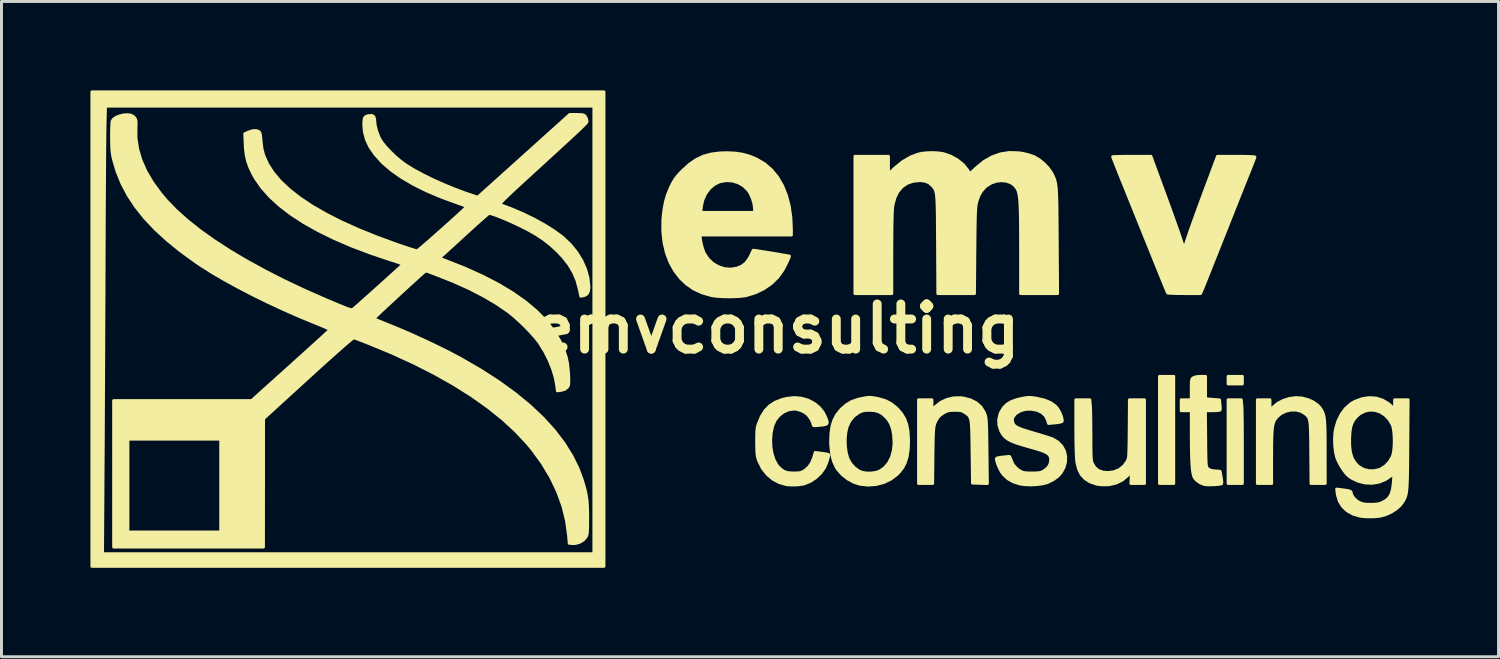
<source format=kicad_pcb>
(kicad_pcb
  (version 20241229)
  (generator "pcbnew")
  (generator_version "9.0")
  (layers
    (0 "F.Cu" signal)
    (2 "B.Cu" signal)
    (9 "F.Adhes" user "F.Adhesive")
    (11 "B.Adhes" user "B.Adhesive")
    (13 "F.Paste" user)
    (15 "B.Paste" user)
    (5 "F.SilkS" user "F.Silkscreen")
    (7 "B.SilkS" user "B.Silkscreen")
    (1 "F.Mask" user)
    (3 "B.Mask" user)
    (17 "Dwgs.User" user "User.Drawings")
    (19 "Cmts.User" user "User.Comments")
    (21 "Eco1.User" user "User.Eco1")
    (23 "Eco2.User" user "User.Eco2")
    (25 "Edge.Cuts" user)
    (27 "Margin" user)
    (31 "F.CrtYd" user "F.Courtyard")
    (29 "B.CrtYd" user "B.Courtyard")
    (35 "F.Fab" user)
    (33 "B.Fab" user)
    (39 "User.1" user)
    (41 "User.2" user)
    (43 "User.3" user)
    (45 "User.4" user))
  (footprint "emvconsulting"
    (layer "F.Cu")
    (at 23.164 8.037)
    (property "Reference" "emvconsulting" (at 0 0 0) (layer "F.SilkS") (effects (font (size 1.524 1.524) (thickness 0.3))))
    (attr through_hole)
    (fp_poly (pts (xy 13.377 5.221) (xy 13.137 5.221) (xy 12.898 5.221) (xy 12.898 3.415) (xy 12.898 1.609) (xy 13.137 1.609) (xy 13.377 1.609) (xy 13.377 3.415) (xy 13.377 5.221)) (stroke (width 0.1) (type solid)) (fill yes) (layer "F.SilkS"))
    (fp_poly (pts (xy 15.692 1.863) (xy 15.452 1.863) (xy 15.212 1.863) (xy 15.212 1.736) (xy 15.212 1.609) (xy 15.452 1.609) (xy 15.692 1.609) (xy 15.692 1.736) (xy 15.692 1.863)) (stroke (width 0.1) (type solid)) (fill yes) (layer "F.SilkS"))
    (fp_poly (pts (xy 15.692 5.221) (xy 15.452 5.221) (xy 15.212 5.221) (xy 15.212 3.81) (xy 15.212 2.399) (xy 15.434 2.399) (xy 15.655 2.399) (xy 15.673 2.572) (xy 15.677 2.637) (xy 15.681 2.752) (xy 15.684 2.909) (xy 15.687 3.102) (xy 15.689 3.325) (xy 15.691 3.57) (xy 15.691 3.83) (xy 15.692 3.983) (xy 15.692 5.221)) (stroke (width 0.1) (type solid)) (fill yes) (layer "F.SilkS"))
    (fp_poly (pts (xy -5.842 8.015) (xy -6.181 8.015) (xy -6.181 7.592) (xy -6.181 0.042) (xy -6.181 -7.507) (xy -14.418 -7.507) (xy -22.656 -7.507) (xy -22.673 -6.823) (xy -22.675 -6.712) (xy -22.677 -6.549) (xy -22.679 -6.337) (xy -22.682 -6.081) (xy -22.684 -5.784) (xy -22.687 -5.45) (xy -22.689 -5.083) (xy -22.692 -4.687) (xy -22.694 -4.267) (xy -22.697 -3.825) (xy -22.699 -3.365) (xy -22.701 -2.893) (xy -22.703 -2.411) (xy -22.704 -2.117) (xy -22.706 -1.58) (xy -22.708 -1.019) (xy -22.711 -0.439) (xy -22.714 0.153) (xy -22.716 0.749) (xy -22.719 1.343) (xy -22.722 1.927) (xy -22.725 2.495) (xy -22.728 3.04) (xy -22.73 3.554) (xy -22.733 4.031) (xy -22.736 4.463) (xy -22.738 4.748) (xy -22.756 7.592) (xy -14.468 7.592) (xy -6.181 7.592) (xy -6.181 8.015) (xy -14.478 8.015) (xy -23.114 8.015) (xy -23.114 0.014) (xy -23.114 -7.987) (xy -14.478 -7.987) (xy -5.842 -7.987) (xy -5.842 0.014) (xy -5.842 8.015)) (stroke (width 0.1) (type solid)) (fill yes) (layer "F.SilkS"))
    (fp_poly (pts (xy 18.486 5.221) (xy 18.247 5.221) (xy 18.009 5.221) (xy 18 4.17) (xy 17.998 3.886) (xy 17.995 3.652) (xy 17.991 3.463) (xy 17.985 3.314) (xy 17.977 3.197) (xy 17.964 3.109) (xy 17.947 3.042) (xy 17.924 2.991) (xy 17.896 2.95) (xy 17.86 2.913) (xy 17.816 2.875) (xy 17.808 2.869) (xy 17.668 2.785) (xy 17.503 2.744) (xy 17.328 2.744) (xy 17.154 2.784) (xy 16.994 2.863) (xy 16.894 2.945) (xy 16.84 3.002) (xy 16.796 3.059) (xy 16.761 3.123) (xy 16.734 3.2) (xy 16.713 3.295) (xy 16.699 3.415) (xy 16.689 3.567) (xy 16.683 3.755) (xy 16.68 3.987) (xy 16.679 4.268) (xy 16.679 4.313) (xy 16.679 5.221) (xy 16.439 5.221) (xy 16.2 5.221) (xy 16.2 3.81) (xy 16.2 2.399) (xy 16.411 2.399) (xy 16.623 2.399) (xy 16.623 2.582) (xy 16.623 2.766) (xy 16.721 2.657) (xy 16.876 2.524) (xy 17.067 2.422) (xy 17.28 2.354) (xy 17.501 2.326) (xy 17.703 2.339) (xy 17.909 2.394) (xy 18.092 2.478) (xy 18.239 2.585) (xy 18.314 2.668) (xy 18.355 2.728) (xy 18.389 2.786) (xy 18.416 2.849) (xy 18.438 2.922) (xy 18.455 3.012) (xy 18.467 3.124) (xy 18.475 3.264) (xy 18.481 3.438) (xy 18.484 3.651) (xy 18.485 3.911) (xy 18.485 4.156) (xy 18.486 5.221)) (stroke (width 0.1) (type solid)) (fill yes) (layer "F.SilkS"))
    (fp_poly (pts (xy 7.09 5.223) (xy 6.84 5.215) (xy 6.59 5.207) (xy 6.576 4.149) (xy 6.572 3.862) (xy 6.568 3.626) (xy 6.563 3.435) (xy 6.556 3.283) (xy 6.545 3.165) (xy 6.531 3.075) (xy 6.511 3.007) (xy 6.485 2.956) (xy 6.452 2.915) (xy 6.41 2.88) (xy 6.359 2.844) (xy 6.337 2.829) (xy 6.271 2.789) (xy 6.208 2.766) (xy 6.129 2.755) (xy 6.015 2.752) (xy 5.997 2.752) (xy 5.873 2.755) (xy 5.783 2.766) (xy 5.706 2.792) (xy 5.627 2.832) (xy 5.502 2.915) (xy 5.412 3.012) (xy 5.342 3.141) (xy 5.317 3.205) (xy 5.303 3.25) (xy 5.291 3.303) (xy 5.282 3.37) (xy 5.275 3.458) (xy 5.269 3.574) (xy 5.264 3.723) (xy 5.26 3.913) (xy 5.257 4.15) (xy 5.255 4.283) (xy 5.245 5.221) (xy 5.007 5.221) (xy 4.77 5.221) (xy 4.77 3.81) (xy 4.77 2.399) (xy 4.995 2.399) (xy 5.221 2.399) (xy 5.221 2.573) (xy 5.221 2.746) (xy 5.341 2.626) (xy 5.517 2.487) (xy 5.724 2.389) (xy 5.952 2.335) (xy 6.188 2.329) (xy 6.286 2.341) (xy 6.523 2.403) (xy 6.718 2.502) (xy 6.871 2.638) (xy 6.982 2.812) (xy 7.015 2.893) (xy 7.028 2.935) (xy 7.039 2.985) (xy 7.048 3.049) (xy 7.055 3.133) (xy 7.061 3.242) (xy 7.066 3.383) (xy 7.07 3.562) (xy 7.073 3.784) (xy 7.077 4.054) (xy 7.078 4.129) (xy 7.09 5.223)) (stroke (width 0.1) (type solid)) (fill yes) (layer "F.SilkS"))
    (fp_poly (pts (xy 14.997 5.187) (xy 14.991 5.228) (xy 14.99 5.228) (xy 14.949 5.242) (xy 14.868 5.253) (xy 14.761 5.261) (xy 14.644 5.265) (xy 14.533 5.265) (xy 14.443 5.259) (xy 14.403 5.253) (xy 14.267 5.197) (xy 14.148 5.113) (xy 14.073 5.023) (xy 14.047 4.962) (xy 14.025 4.873) (xy 14.007 4.752) (xy 13.994 4.595) (xy 13.983 4.397) (xy 13.976 4.155) (xy 13.972 3.864) (xy 13.971 3.577) (xy 13.97 2.766) (xy 13.801 2.766) (xy 13.631 2.766) (xy 13.631 2.582) (xy 13.631 2.399) (xy 13.801 2.399) (xy 13.97 2.399) (xy 13.97 2.049) (xy 13.97 1.903) (xy 13.973 1.803) (xy 13.98 1.739) (xy 13.992 1.699) (xy 14.012 1.674) (xy 14.04 1.654) (xy 14.127 1.622) (xy 14.257 1.609) (xy 14.279 1.609) (xy 14.45 1.609) (xy 14.45 1.986) (xy 14.45 2.364) (xy 14.686 2.384) (xy 14.922 2.403) (xy 14.938 2.561) (xy 14.945 2.652) (xy 14.945 2.719) (xy 14.94 2.743) (xy 14.908 2.753) (xy 14.832 2.761) (xy 14.729 2.765) (xy 14.686 2.766) (xy 14.445 2.766) (xy 14.455 3.71) (xy 14.457 3.966) (xy 14.46 4.171) (xy 14.462 4.332) (xy 14.466 4.455) (xy 14.471 4.545) (xy 14.477 4.608) (xy 14.486 4.652) (xy 14.497 4.681) (xy 14.511 4.702) (xy 14.528 4.719) (xy 14.587 4.761) (xy 14.671 4.786) (xy 14.767 4.798) (xy 14.941 4.812) (xy 14.977 5.009) (xy 14.992 5.109) (xy 14.997 5.187)) (stroke (width 0.1) (type solid)) (fill yes) (layer "F.SilkS"))
    (fp_poly (pts (xy 12.39 5.221) (xy 12.161 5.221) (xy 11.933 5.221) (xy 11.943 5.023) (xy 11.947 4.926) (xy 11.948 4.856) (xy 11.946 4.826) (xy 11.946 4.826) (xy 11.925 4.845) (xy 11.877 4.894) (xy 11.822 4.953) (xy 11.648 5.101) (xy 11.444 5.203) (xy 11.214 5.258) (xy 11.129 5.265) (xy 10.985 5.266) (xy 10.849 5.255) (xy 10.767 5.24) (xy 10.554 5.164) (xy 10.386 5.058) (xy 10.258 4.918) (xy 10.169 4.738) (xy 10.113 4.516) (xy 10.105 4.456) (xy 10.098 4.369) (xy 10.091 4.234) (xy 10.085 4.062) (xy 10.08 3.86) (xy 10.077 3.638) (xy 10.075 3.406) (xy 10.075 3.31) (xy 10.075 2.399) (xy 10.311 2.399) (xy 10.547 2.399) (xy 10.565 2.589) (xy 10.57 2.667) (xy 10.574 2.793) (xy 10.578 2.956) (xy 10.58 3.147) (xy 10.582 3.358) (xy 10.583 3.579) (xy 10.583 3.606) (xy 10.584 3.855) (xy 10.585 4.053) (xy 10.588 4.209) (xy 10.593 4.326) (xy 10.6 4.414) (xy 10.609 4.477) (xy 10.621 4.522) (xy 10.627 4.537) (xy 10.712 4.681) (xy 10.828 4.78) (xy 10.98 4.837) (xy 11.154 4.854) (xy 11.361 4.828) (xy 11.542 4.753) (xy 11.693 4.632) (xy 11.807 4.473) (xy 11.823 4.441) (xy 11.836 4.407) (xy 11.846 4.364) (xy 11.855 4.307) (xy 11.861 4.23) (xy 11.865 4.125) (xy 11.869 3.988) (xy 11.872 3.811) (xy 11.874 3.589) (xy 11.876 3.38) (xy 11.884 2.399) (xy 12.137 2.399) (xy 12.39 2.399) (xy 12.39 3.81) (xy 12.39 5.221)) (stroke (width 0.1) (type solid)) (fill yes) (layer "F.SilkS"))
    (fp_poly (pts (xy 4.431 3.797) (xy 4.42 4.079) (xy 4.384 4.318) (xy 4.321 4.522) (xy 4.228 4.699) (xy 4.101 4.858) (xy 4.037 4.921) (xy 3.946 4.989) (xy 3.946 3.861) (xy 3.93 3.59) (xy 3.927 3.562) (xy 3.887 3.361) (xy 3.827 3.2) (xy 3.742 3.062) (xy 3.673 2.982) (xy 3.55 2.87) (xy 3.425 2.799) (xy 3.283 2.762) (xy 3.119 2.752) (xy 2.995 2.755) (xy 2.907 2.766) (xy 2.83 2.791) (xy 2.743 2.834) (xy 2.74 2.836) (xy 2.578 2.957) (xy 2.448 3.118) (xy 2.359 3.309) (xy 2.359 3.31) (xy 2.314 3.509) (xy 2.294 3.731) (xy 2.3 3.961) (xy 2.329 4.179) (xy 2.382 4.37) (xy 2.406 4.425) (xy 2.493 4.567) (xy 2.611 4.694) (xy 2.744 4.793) (xy 2.846 4.84) (xy 2.997 4.869) (xy 3.166 4.872) (xy 3.329 4.849) (xy 3.461 4.803) (xy 3.626 4.688) (xy 3.759 4.531) (xy 3.858 4.337) (xy 3.921 4.111) (xy 3.946 3.861) (xy 3.946 4.989) (xy 3.832 5.075) (xy 3.596 5.187) (xy 3.338 5.255) (xy 3.068 5.275) (xy 2.799 5.247) (xy 2.588 5.18) (xy 2.382 5.068) (xy 2.196 4.92) (xy 2.042 4.748) (xy 1.99 4.668) (xy 1.897 4.462) (xy 1.837 4.214) (xy 1.809 3.922) (xy 1.806 3.795) (xy 1.817 3.518) (xy 1.852 3.284) (xy 1.915 3.084) (xy 2.007 2.908) (xy 2.133 2.747) (xy 2.173 2.706) (xy 2.34 2.561) (xy 2.518 2.457) (xy 2.724 2.384) (xy 2.83 2.359) (xy 2.967 2.332) (xy 3.072 2.319) (xy 3.166 2.319) (xy 3.271 2.332) (xy 3.409 2.359) (xy 3.639 2.424) (xy 3.836 2.523) (xy 4.015 2.664) (xy 4.055 2.703) (xy 4.194 2.863) (xy 4.298 3.035) (xy 4.37 3.229) (xy 4.413 3.454) (xy 4.43 3.719) (xy 4.431 3.797)) (stroke (width 0.1) (type solid)) (fill yes) (layer "F.SilkS"))
    (fp_poly (pts (xy 1.742 4.267) (xy 1.739 4.285) (xy 1.725 4.337) (xy 1.701 4.422) (xy 1.681 4.493) (xy 1.6 4.686) (xy 1.473 4.866) (xy 1.311 5.022) (xy 1.124 5.147) (xy 0.923 5.229) (xy 0.858 5.245) (xy 0.699 5.266) (xy 0.522 5.273) (xy 0.358 5.265) (xy 0.31 5.258) (xy 0.071 5.19) (xy -0.146 5.073) (xy -0.337 4.911) (xy -0.495 4.71) (xy -0.615 4.473) (xy -0.625 4.445) (xy -0.65 4.372) (xy -0.667 4.3) (xy -0.678 4.216) (xy -0.685 4.109) (xy -0.688 3.966) (xy -0.69 3.824) (xy -0.689 3.64) (xy -0.686 3.502) (xy -0.678 3.396) (xy -0.665 3.313) (xy -0.646 3.24) (xy -0.638 3.217) (xy -0.533 2.965) (xy -0.406 2.762) (xy -0.251 2.602) (xy -0.062 2.48) (xy 0.167 2.391) (xy 0.335 2.35) (xy 0.581 2.324) (xy 0.82 2.346) (xy 1.045 2.411) (xy 1.248 2.517) (xy 1.422 2.658) (xy 1.559 2.832) (xy 1.634 2.984) (xy 1.674 3.091) (xy 1.69 3.162) (xy 1.676 3.207) (xy 1.626 3.233) (xy 1.531 3.249) (xy 1.414 3.261) (xy 1.309 3.27) (xy 1.249 3.27) (xy 1.221 3.259) (xy 1.214 3.235) (xy 1.214 3.234) (xy 1.195 3.16) (xy 1.148 3.063) (xy 1.081 2.963) (xy 1.015 2.886) (xy 0.917 2.814) (xy 0.787 2.754) (xy 0.649 2.717) (xy 0.566 2.709) (xy 0.382 2.737) (xy 0.209 2.813) (xy 0.057 2.932) (xy -0.065 3.086) (xy -0.147 3.267) (xy -0.152 3.283) (xy -0.202 3.518) (xy -0.22 3.76) (xy -0.209 4) (xy -0.169 4.226) (xy -0.103 4.427) (xy -0.013 4.595) (xy 0.059 4.68) (xy 0.158 4.768) (xy 0.25 4.824) (xy 0.352 4.855) (xy 0.483 4.867) (xy 0.564 4.868) (xy 0.686 4.866) (xy 0.77 4.858) (xy 0.834 4.839) (xy 0.896 4.806) (xy 0.931 4.783) (xy 1.063 4.671) (xy 1.16 4.532) (xy 1.232 4.354) (xy 1.236 4.339) (xy 1.284 4.176) (xy 1.411 4.192) (xy 1.554 4.211) (xy 1.65 4.225) (xy 1.707 4.237) (xy 1.735 4.25) (xy 1.742 4.267)) (stroke (width 0.1) (type solid)) (fill yes) (layer "F.SilkS"))
    (fp_poly (pts (xy 16.115 -5.79) (xy 16.105 -5.757) (xy 16.077 -5.681) (xy 16.034 -5.571) (xy 15.981 -5.436) (xy 15.933 -5.317) (xy 15.891 -5.212) (xy 15.83 -5.059) (xy 15.753 -4.866) (xy 15.662 -4.639) (xy 15.56 -4.382) (xy 15.449 -4.103) (xy 15.331 -3.806) (xy 15.209 -3.498) (xy 15.085 -3.185) (xy 15.058 -3.119) (xy 14.939 -2.818) (xy 14.825 -2.531) (xy 14.718 -2.262) (xy 14.62 -2.015) (xy 14.533 -1.797) (xy 14.458 -1.61) (xy 14.398 -1.46) (xy 14.354 -1.352) (xy 14.328 -1.289) (xy 14.323 -1.277) (xy 14.281 -1.185) (xy 13.732 -1.185) (xy 13.562 -1.186) (xy 13.412 -1.189) (xy 13.291 -1.194) (xy 13.207 -1.2) (xy 13.171 -1.206) (xy 13.17 -1.207) (xy 13.156 -1.239) (xy 13.124 -1.314) (xy 13.077 -1.426) (xy 13.021 -1.565) (xy 12.956 -1.723) (xy 12.945 -1.75) (xy 12.906 -1.846) (xy 12.868 -1.941) (xy 12.829 -2.038) (xy 12.787 -2.142) (xy 12.741 -2.255) (xy 12.689 -2.383) (xy 12.631 -2.528) (xy 12.564 -2.694) (xy 12.486 -2.886) (xy 12.397 -3.107) (xy 12.295 -3.361) (xy 12.177 -3.651) (xy 12.044 -3.982) (xy 11.892 -4.358) (xy 11.722 -4.781) (xy 11.701 -4.832) (xy 11.613 -5.05) (xy 11.532 -5.252) (xy 11.461 -5.43) (xy 11.402 -5.58) (xy 11.356 -5.695) (xy 11.327 -5.77) (xy 11.317 -5.799) (xy 11.344 -5.803) (xy 11.419 -5.807) (xy 11.536 -5.81) (xy 11.684 -5.812) (xy 11.858 -5.814) (xy 11.962 -5.814) (xy 12.608 -5.814) (xy 12.652 -5.694) (xy 12.671 -5.641) (xy 12.707 -5.542) (xy 12.758 -5.403) (xy 12.822 -5.23) (xy 12.895 -5.03) (xy 12.977 -4.809) (xy 13.063 -4.574) (xy 13.09 -4.501) (xy 13.181 -4.251) (xy 13.272 -4.001) (xy 13.358 -3.762) (xy 13.437 -3.541) (xy 13.506 -3.347) (xy 13.562 -3.188) (xy 13.601 -3.072) (xy 13.604 -3.062) (xy 13.725 -2.696) (xy 13.871 -3.133) (xy 13.913 -3.258) (xy 13.973 -3.426) (xy 14.046 -3.631) (xy 14.129 -3.862) (xy 14.22 -4.112) (xy 14.316 -4.371) (xy 14.412 -4.631) (xy 14.435 -4.692) (xy 14.854 -5.814) (xy 15.484 -5.814) (xy 15.666 -5.813) (xy 15.827 -5.81) (xy 15.96 -5.806) (xy 16.056 -5.8) (xy 16.108 -5.793) (xy 16.115 -5.79)) (stroke (width 0.1) (type solid)) (fill yes) (layer "F.SilkS"))
    (fp_poly (pts (xy 0.48 -3.161) (xy -0.762 -3.161) (xy -0.762 -3.923) (xy -0.762 -4.047) (xy -0.781 -4.211) (xy -0.832 -4.39) (xy -0.908 -4.559) (xy -0.983 -4.676) (xy -1.131 -4.819) (xy -1.311 -4.923) (xy -1.511 -4.983) (xy -1.72 -4.996) (xy -1.927 -4.959) (xy -1.944 -4.954) (xy -2.123 -4.866) (xy -2.279 -4.732) (xy -2.407 -4.562) (xy -2.501 -4.363) (xy -2.553 -4.144) (xy -2.557 -4.113) (xy -2.576 -3.923) (xy -1.669 -3.923) (xy -0.762 -3.923) (xy -0.762 -3.161) (xy -1.058 -3.161) (xy -2.596 -3.161) (xy -2.596 -3.097) (xy -2.586 -2.996) (xy -2.56 -2.866) (xy -2.524 -2.728) (xy -2.483 -2.605) (xy -2.455 -2.54) (xy -2.331 -2.353) (xy -2.172 -2.202) (xy -1.986 -2.092) (xy -1.782 -2.025) (xy -1.569 -2.007) (xy -1.356 -2.041) (xy -1.353 -2.042) (xy -1.185 -2.113) (xy -1.05 -2.22) (xy -0.94 -2.373) (xy -0.9 -2.45) (xy -0.856 -2.542) (xy -0.823 -2.611) (xy -0.806 -2.645) (xy -0.805 -2.646) (xy -0.778 -2.643) (xy -0.704 -2.633) (xy -0.594 -2.616) (xy -0.459 -2.594) (xy -0.306 -2.57) (xy -0.147 -2.544) (xy 0.01 -2.518) (xy 0.153 -2.493) (xy 0.274 -2.473) (xy 0.363 -2.457) (xy 0.41 -2.447) (xy 0.414 -2.446) (xy 0.407 -2.418) (xy 0.381 -2.353) (xy 0.341 -2.264) (xy 0.293 -2.165) (xy 0.245 -2.069) (xy 0.201 -1.989) (xy 0.192 -1.973) (xy 0.02 -1.735) (xy -0.196 -1.525) (xy -0.449 -1.35) (xy -0.731 -1.213) (xy -1.034 -1.12) (xy -1.058 -1.115) (xy -1.205 -1.094) (xy -1.389 -1.081) (xy -1.595 -1.076) (xy -1.804 -1.079) (xy -2 -1.09) (xy -2.164 -1.11) (xy -2.215 -1.119) (xy -2.53 -1.209) (xy -2.808 -1.337) (xy -3.057 -1.509) (xy -3.251 -1.691) (xy -3.449 -1.944) (xy -3.611 -2.234) (xy -3.734 -2.558) (xy -3.816 -2.909) (xy -3.856 -3.281) (xy -3.853 -3.671) (xy -3.844 -3.787) (xy -3.81 -4.061) (xy -3.764 -4.295) (xy -3.702 -4.509) (xy -3.618 -4.718) (xy -3.567 -4.826) (xy -3.499 -4.955) (xy -3.434 -5.06) (xy -3.357 -5.159) (xy -3.258 -5.267) (xy -3.177 -5.349) (xy -2.952 -5.551) (xy -2.726 -5.706) (xy -2.489 -5.817) (xy -2.231 -5.889) (xy -1.941 -5.926) (xy -1.707 -5.934) (xy -1.43 -5.923) (xy -1.187 -5.889) (xy -0.961 -5.829) (xy -0.733 -5.738) (xy -0.691 -5.719) (xy -0.424 -5.561) (xy -0.189 -5.358) (xy 0.013 -5.113) (xy 0.18 -4.827) (xy 0.311 -4.503) (xy 0.406 -4.144) (xy 0.462 -3.751) (xy 0.479 -3.365) (xy 0.48 -3.161)) (stroke (width 0.1) (type solid)) (fill yes) (layer "F.SilkS"))
    (fp_poly (pts (xy 9.732 4.304) (xy 9.727 4.493) (xy 9.674 4.685) (xy 9.579 4.857) (xy 9.466 4.981) (xy 9.312 5.093) (xy 9.134 5.182) (xy 9.095 5.196) (xy 8.945 5.234) (xy 8.76 5.258) (xy 8.562 5.268) (xy 8.37 5.262) (xy 8.205 5.24) (xy 8.195 5.237) (xy 7.966 5.165) (xy 7.78 5.06) (xy 7.632 4.92) (xy 7.565 4.829) (xy 7.511 4.73) (xy 7.46 4.614) (xy 7.419 4.501) (xy 7.397 4.409) (xy 7.395 4.384) (xy 7.421 4.363) (xy 7.497 4.345) (xy 7.599 4.332) (xy 7.702 4.322) (xy 7.784 4.314) (xy 7.827 4.309) (xy 7.829 4.308) (xy 7.851 4.33) (xy 7.878 4.389) (xy 7.888 4.421) (xy 7.961 4.587) (xy 8.075 4.717) (xy 8.179 4.791) (xy 8.246 4.827) (xy 8.307 4.85) (xy 8.379 4.862) (xy 8.478 4.867) (xy 8.594 4.868) (xy 8.73 4.867) (xy 8.825 4.86) (xy 8.896 4.845) (xy 8.957 4.82) (xy 8.997 4.799) (xy 9.124 4.7) (xy 9.202 4.577) (xy 9.229 4.438) (xy 9.224 4.362) (xy 9.205 4.298) (xy 9.167 4.243) (xy 9.102 4.193) (xy 9.007 4.145) (xy 8.874 4.096) (xy 8.697 4.041) (xy 8.477 3.979) (xy 8.237 3.91) (xy 8.046 3.848) (xy 7.895 3.787) (xy 7.779 3.724) (xy 7.689 3.656) (xy 7.619 3.577) (xy 7.562 3.484) (xy 7.546 3.452) (xy 7.481 3.26) (xy 7.473 3.066) (xy 7.52 2.872) (xy 7.548 2.809) (xy 7.638 2.662) (xy 7.754 2.547) (xy 7.903 2.458) (xy 8.093 2.39) (xy 8.253 2.353) (xy 8.376 2.331) (xy 8.471 2.32) (xy 8.561 2.321) (xy 8.67 2.334) (xy 8.76 2.348) (xy 9.013 2.407) (xy 9.22 2.492) (xy 9.379 2.603) (xy 9.446 2.677) (xy 9.502 2.764) (xy 9.552 2.866) (xy 9.591 2.968) (xy 9.613 3.057) (xy 9.615 3.118) (xy 9.608 3.131) (xy 9.569 3.146) (xy 9.489 3.162) (xy 9.385 3.175) (xy 9.368 3.177) (xy 9.155 3.196) (xy 9.121 3.081) (xy 9.05 2.941) (xy 8.936 2.831) (xy 8.784 2.757) (xy 8.77 2.752) (xy 8.571 2.715) (xy 8.38 2.72) (xy 8.208 2.767) (xy 8.065 2.853) (xy 8.036 2.879) (xy 7.958 2.977) (xy 7.931 3.071) (xy 7.952 3.175) (xy 7.964 3.203) (xy 7.992 3.25) (xy 8.036 3.292) (xy 8.102 3.332) (xy 8.197 3.374) (xy 8.328 3.421) (xy 8.501 3.475) (xy 8.678 3.527) (xy 8.848 3.577) (xy 9.006 3.625) (xy 9.142 3.668) (xy 9.245 3.702) (xy 9.299 3.723) (xy 9.471 3.827) (xy 9.602 3.963) (xy 9.69 4.125) (xy 9.732 4.304)) (stroke (width 0.1) (type solid)) (fill yes) (layer "F.SilkS"))
    (fp_poly (pts (xy 9.459 -1.185) (xy 8.836 -1.185) (xy 8.213 -1.185) (xy 8.213 -2.679) (xy 8.212 -3.054) (xy 8.211 -3.377) (xy 8.208 -3.653) (xy 8.204 -3.886) (xy 8.198 -4.08) (xy 8.19 -4.24) (xy 8.18 -4.371) (xy 8.167 -4.477) (xy 8.151 -4.562) (xy 8.133 -4.631) (xy 8.111 -4.689) (xy 8.097 -4.719) (xy 8.005 -4.84) (xy 7.879 -4.927) (xy 7.727 -4.978) (xy 7.56 -4.993) (xy 7.387 -4.972) (xy 7.218 -4.914) (xy 7.063 -4.819) (xy 7.005 -4.769) (xy 6.895 -4.643) (xy 6.811 -4.501) (xy 6.746 -4.323) (xy 6.727 -4.255) (xy 6.716 -4.208) (xy 6.707 -4.149) (xy 6.699 -4.075) (xy 6.692 -3.981) (xy 6.687 -3.861) (xy 6.682 -3.711) (xy 6.678 -3.525) (xy 6.675 -3.299) (xy 6.672 -3.027) (xy 6.669 -2.705) (xy 6.668 -2.632) (xy 6.656 -1.185) (xy 6.039 -1.185) (xy 5.421 -1.185) (xy 5.412 -2.843) (xy 5.409 -3.205) (xy 5.407 -3.515) (xy 5.405 -3.778) (xy 5.401 -3.997) (xy 5.397 -4.178) (xy 5.39 -4.325) (xy 5.382 -4.443) (xy 5.372 -4.536) (xy 5.358 -4.609) (xy 5.342 -4.665) (xy 5.322 -4.71) (xy 5.298 -4.748) (xy 5.27 -4.784) (xy 5.241 -4.817) (xy 5.134 -4.914) (xy 5.011 -4.971) (xy 4.858 -4.994) (xy 4.802 -4.995) (xy 4.574 -4.971) (xy 4.375 -4.899) (xy 4.207 -4.781) (xy 4.071 -4.619) (xy 3.97 -4.414) (xy 3.906 -4.17) (xy 3.897 -4.111) (xy 3.89 -4.03) (xy 3.883 -3.897) (xy 3.878 -3.718) (xy 3.873 -3.497) (xy 3.87 -3.241) (xy 3.868 -2.953) (xy 3.867 -2.639) (xy 3.866 -2.538) (xy 3.866 -1.185) (xy 3.246 -1.185) (xy 2.625 -1.185) (xy 2.625 -3.5) (xy 2.625 -5.814) (xy 3.189 -5.814) (xy 3.754 -5.814) (xy 3.754 -5.515) (xy 3.754 -5.215) (xy 3.976 -5.425) (xy 4.238 -5.637) (xy 4.516 -5.797) (xy 4.755 -5.887) (xy 4.905 -5.918) (xy 5.087 -5.934) (xy 5.282 -5.937) (xy 5.467 -5.926) (xy 5.616 -5.901) (xy 5.857 -5.817) (xy 6.078 -5.694) (xy 6.269 -5.54) (xy 6.417 -5.361) (xy 6.425 -5.348) (xy 6.502 -5.226) (xy 6.725 -5.433) (xy 6.984 -5.643) (xy 7.254 -5.797) (xy 7.535 -5.897) (xy 7.828 -5.942) (xy 8.137 -5.933) (xy 8.261 -5.916) (xy 8.4 -5.886) (xy 8.54 -5.847) (xy 8.657 -5.805) (xy 8.682 -5.794) (xy 8.841 -5.699) (xy 8.999 -5.57) (xy 9.14 -5.423) (xy 9.247 -5.273) (xy 9.27 -5.23) (xy 9.302 -5.165) (xy 9.33 -5.105) (xy 9.353 -5.046) (xy 9.373 -4.983) (xy 9.39 -4.912) (xy 9.403 -4.827) (xy 9.414 -4.726) (xy 9.422 -4.602) (xy 9.429 -4.451) (xy 9.434 -4.269) (xy 9.438 -4.05) (xy 9.441 -3.791) (xy 9.443 -3.487) (xy 9.446 -3.133) (xy 9.447 -2.97) (xy 9.459 -1.185)) (stroke (width 0.1) (type solid)) (fill yes) (layer "F.SilkS"))
    (fp_poly (pts (xy 21.283 2.399) (xy 21.272 3.916) (xy 21.27 4.261) (xy 21.267 4.556) (xy 21.264 4.803) (xy 21.26 5.009) (xy 21.254 5.179) (xy 21.248 5.317) (xy 21.239 5.428) (xy 21.228 5.518) (xy 21.214 5.591) (xy 21.197 5.652) (xy 21.177 5.706) (xy 21.152 5.759) (xy 21.131 5.801) (xy 21.029 5.945) (xy 20.884 6.078) (xy 20.817 6.121) (xy 20.817 3.834) (xy 20.814 3.655) (xy 20.802 3.486) (xy 20.781 3.343) (xy 20.75 3.241) (xy 20.642 3.058) (xy 20.506 2.916) (xy 20.349 2.815) (xy 20.178 2.757) (xy 20.002 2.745) (xy 19.828 2.779) (xy 19.662 2.861) (xy 19.538 2.967) (xy 19.453 3.071) (xy 19.391 3.182) (xy 19.349 3.312) (xy 19.323 3.473) (xy 19.31 3.677) (xy 19.309 3.702) (xy 19.312 3.964) (xy 19.34 4.181) (xy 19.395 4.36) (xy 19.479 4.508) (xy 19.595 4.633) (xy 19.62 4.654) (xy 19.774 4.743) (xy 19.952 4.79) (xy 20.14 4.792) (xy 20.322 4.749) (xy 20.364 4.731) (xy 20.519 4.63) (xy 20.651 4.488) (xy 20.747 4.321) (xy 20.764 4.279) (xy 20.791 4.161) (xy 20.809 4.008) (xy 20.817 3.834) (xy 20.817 6.121) (xy 20.707 6.192) (xy 20.512 6.278) (xy 20.351 6.321) (xy 20.209 6.339) (xy 20.036 6.346) (xy 19.86 6.343) (xy 19.704 6.329) (xy 19.65 6.32) (xy 19.42 6.251) (xy 19.227 6.142) (xy 19.074 5.997) (xy 18.964 5.819) (xy 18.901 5.61) (xy 18.894 5.563) (xy 18.874 5.411) (xy 19.026 5.43) (xy 19.17 5.449) (xy 19.267 5.466) (xy 19.325 5.483) (xy 19.353 5.502) (xy 19.36 5.524) (xy 19.384 5.614) (xy 19.448 5.712) (xy 19.539 5.8) (xy 19.625 5.856) (xy 19.706 5.892) (xy 19.785 5.913) (xy 19.88 5.924) (xy 20.012 5.926) (xy 20.022 5.926) (xy 20.162 5.923) (xy 20.264 5.912) (xy 20.35 5.889) (xy 20.421 5.859) (xy 20.547 5.787) (xy 20.641 5.698) (xy 20.708 5.583) (xy 20.754 5.433) (xy 20.781 5.239) (xy 20.788 5.159) (xy 20.807 4.87) (xy 20.704 4.961) (xy 20.514 5.091) (xy 20.301 5.175) (xy 20.073 5.213) (xy 19.84 5.204) (xy 19.609 5.149) (xy 19.391 5.047) (xy 19.283 4.974) (xy 19.199 4.892) (xy 19.107 4.773) (xy 19.016 4.633) (xy 18.937 4.488) (xy 18.88 4.353) (xy 18.875 4.337) (xy 18.832 4.153) (xy 18.808 3.938) (xy 18.802 3.712) (xy 18.817 3.499) (xy 18.835 3.387) (xy 18.914 3.117) (xy 19.03 2.881) (xy 19.178 2.683) (xy 19.356 2.528) (xy 19.49 2.451) (xy 19.734 2.362) (xy 19.973 2.326) (xy 20.204 2.342) (xy 20.421 2.41) (xy 20.619 2.528) (xy 20.708 2.605) (xy 20.828 2.721) (xy 20.828 2.56) (xy 20.828 2.399) (xy 21.056 2.399) (xy 21.283 2.399)) (stroke (width 0.1) (type solid)) (fill yes) (layer "F.SilkS"))
    (fp_poly (pts (xy -6.35 -1.401) (xy -6.365 -1.267) (xy -6.411 -1.176) (xy -6.492 -1.124) (xy -6.535 -1.112) (xy -6.622 -1.096) (xy -6.672 -1.331) (xy -6.753 -1.628) (xy -6.868 -1.9) (xy -7.02 -2.157) (xy -7.217 -2.409) (xy -7.407 -2.611) (xy -7.632 -2.819) (xy -7.87 -3.006) (xy -8.133 -3.181) (xy -8.432 -3.35) (xy -8.692 -3.481) (xy -8.883 -3.57) (xy -9.071 -3.655) (xy -9.25 -3.73) (xy -9.411 -3.795) (xy -9.547 -3.845) (xy -9.65 -3.878) (xy -9.713 -3.89) (xy -9.722 -3.889) (xy -9.75 -3.869) (xy -9.815 -3.814) (xy -9.912 -3.73) (xy -10.036 -3.62) (xy -10.182 -3.489) (xy -10.346 -3.341) (xy -10.522 -3.18) (xy -10.543 -3.161) (xy -10.721 -2.998) (xy -10.887 -2.846) (xy -11.036 -2.71) (xy -11.163 -2.594) (xy -11.264 -2.503) (xy -11.334 -2.441) (xy -11.367 -2.412) (xy -11.368 -2.411) (xy -11.376 -2.392) (xy -11.35 -2.369) (xy -11.283 -2.336) (xy -11.169 -2.291) (xy -11.158 -2.287) (xy -10.516 -2.033) (xy -9.93 -1.768) (xy -9.398 -1.492) (xy -8.921 -1.206) (xy -8.498 -0.909) (xy -8.13 -0.601) (xy -7.815 -0.282) (xy -7.553 0.049) (xy -7.344 0.392) (xy -7.308 0.464) (xy -7.196 0.717) (xy -7.117 0.954) (xy -7.067 1.196) (xy -7.04 1.466) (xy -7.035 1.554) (xy -7.029 1.701) (xy -7.028 1.803) (xy -7.032 1.872) (xy -7.043 1.918) (xy -7.061 1.953) (xy -7.087 1.984) (xy -7.168 2.046) (xy -7.281 2.077) (xy -7.284 2.078) (xy -7.414 2.095) (xy -7.434 1.92) (xy -7.484 1.65) (xy -7.572 1.359) (xy -7.692 1.06) (xy -7.839 0.768) (xy -8.007 0.496) (xy -8.043 0.445) (xy -8.161 0.295) (xy -8.313 0.124) (xy -8.488 -0.057) (xy -8.674 -0.237) (xy -8.859 -0.405) (xy -9.033 -0.548) (xy -9.069 -0.575) (xy -9.456 -0.841) (xy -9.896 -1.101) (xy -10.387 -1.353) (xy -10.926 -1.595) (xy -11.492 -1.82) (xy -11.851 -1.954) (xy -11.931 -1.887) (xy -11.989 -1.836) (xy -12.078 -1.757) (xy -12.193 -1.653) (xy -12.327 -1.531) (xy -12.476 -1.394) (xy -12.635 -1.249) (xy -12.797 -1.099) (xy -12.958 -0.95) (xy -13.113 -0.807) (xy -13.255 -0.675) (xy -13.38 -0.558) (xy -13.482 -0.462) (xy -13.556 -0.391) (xy -13.597 -0.35) (xy -13.603 -0.343) (xy -13.578 -0.327) (xy -13.51 -0.294) (xy -13.407 -0.25) (xy -13.279 -0.198) (xy -13.215 -0.172) (xy -12.796 -0.002) (xy -12.361 0.185) (xy -11.922 0.384) (xy -11.494 0.586) (xy -11.09 0.787) (xy -10.724 0.979) (xy -10.649 1.021) (xy -9.989 1.404) (xy -9.385 1.794) (xy -8.837 2.192) (xy -8.343 2.598) (xy -7.905 3.011) (xy -7.523 3.432) (xy -7.196 3.859) (xy -6.925 4.294) (xy -6.709 4.735) (xy -6.581 5.081) (xy -6.517 5.29) (xy -6.469 5.472) (xy -6.435 5.641) (xy -6.412 5.813) (xy -6.399 6.002) (xy -6.393 6.223) (xy -6.392 6.378) (xy -6.393 6.571) (xy -6.395 6.715) (xy -6.399 6.821) (xy -6.406 6.897) (xy -6.417 6.952) (xy -6.432 6.994) (xy -6.449 7.027) (xy -6.538 7.129) (xy -6.662 7.204) (xy -6.803 7.244) (xy -6.886 7.247) (xy -7.013 7.239) (xy -7.034 6.985) (xy -7.102 6.486) (xy -7.225 5.989) (xy -7.403 5.498) (xy -7.633 5.016) (xy -7.915 4.544) (xy -8.247 4.087) (xy -8.421 3.876) (xy -8.812 3.458) (xy -9.257 3.048) (xy -9.756 2.648) (xy -10.306 2.258) (xy -10.907 1.879) (xy -11.558 1.512) (xy -12.256 1.158) (xy -13.001 0.817) (xy -13.772 0.498) (xy -13.926 0.438) (xy -14.063 0.385) (xy -14.175 0.343) (xy -14.251 0.315) (xy -14.281 0.306) (xy -14.31 0.323) (xy -14.376 0.376) (xy -14.479 0.462) (xy -14.616 0.58) (xy -14.782 0.726) (xy -14.977 0.899) (xy -15.197 1.096) (xy -15.439 1.314) (xy -15.7 1.552) (xy -15.824 1.665) (xy -17.325 3.034) (xy -17.326 5.2) (xy -17.328 7.366) (xy -18.768 7.366) (xy -18.768 6.858) (xy -18.768 5.292) (xy -18.768 3.725) (xy -20.334 3.725) (xy -21.9 3.725) (xy -21.9 5.292) (xy -21.9 6.858) (xy -20.334 6.858) (xy -18.768 6.858) (xy -18.768 7.366) (xy -19.854 7.366) (xy -22.38 7.366) (xy -22.38 4.897) (xy -22.38 2.427) (xy -20.053 2.427) (xy -17.726 2.427) (xy -16.405 1.239) (xy -16.174 1.03) (xy -15.955 0.833) (xy -15.753 0.65) (xy -15.57 0.484) (xy -15.411 0.34) (xy -15.278 0.219) (xy -15.177 0.126) (xy -15.109 0.063) (xy -15.079 0.034) (xy -15.078 0.032) (xy -15.101 0.017) (xy -15.168 -0.016) (xy -15.271 -0.062) (xy -15.404 -0.118) (xy -15.556 -0.18) (xy -15.558 -0.181) (xy -16.101 -0.405) (xy -16.641 -0.642) (xy -17.173 -0.889) (xy -17.688 -1.142) (xy -18.18 -1.397) (xy -18.642 -1.651) (xy -19.066 -1.899) (xy -19.446 -2.139) (xy -19.614 -2.253) (xy -20.125 -2.624) (xy -20.58 -2.994) (xy -20.983 -3.365) (xy -21.335 -3.738) (xy -21.637 -4.117) (xy -21.892 -4.503) (xy -22.1 -4.898) (xy -22.265 -5.304) (xy -22.374 -5.671) (xy -22.403 -5.792) (xy -22.423 -5.898) (xy -22.436 -6.004) (xy -22.444 -6.125) (xy -22.448 -6.274) (xy -22.45 -6.449) (xy -22.449 -6.613) (xy -22.446 -6.762) (xy -22.441 -6.884) (xy -22.435 -6.969) (xy -22.431 -7) (xy -22.385 -7.069) (xy -22.297 -7.129) (xy -22.181 -7.177) (xy -22.052 -7.208) (xy -21.924 -7.218) (xy -21.812 -7.204) (xy -21.765 -7.186) (xy -21.692 -7.138) (xy -21.646 -7.077) (xy -21.625 -6.993) (xy -21.623 -6.871) (xy -21.628 -6.798) (xy -21.628 -6.43) (xy -21.572 -6.058) (xy -21.46 -5.683) (xy -21.293 -5.306) (xy -21.07 -4.928) (xy -20.792 -4.549) (xy -20.606 -4.329) (xy -20.286 -3.997) (xy -19.912 -3.661) (xy -19.486 -3.322) (xy -19.011 -2.982) (xy -18.487 -2.641) (xy -17.918 -2.302) (xy -17.305 -1.965) (xy -16.652 -1.631) (xy -15.958 -1.302) (xy -15.228 -0.98) (xy -14.833 -0.814) (xy -14.664 -0.745) (xy -14.539 -0.695) (xy -14.451 -0.663) (xy -14.39 -0.645) (xy -14.35 -0.641) (xy -14.321 -0.648) (xy -14.297 -0.663) (xy -14.29 -0.669) (xy -14.248 -0.703) (xy -14.173 -0.769) (xy -14.07 -0.86) (xy -13.944 -0.972) (xy -13.801 -1.1) (xy -13.645 -1.239) (xy -13.484 -1.384) (xy -13.321 -1.53) (xy -13.164 -1.672) (xy -13.016 -1.806) (xy -12.883 -1.926) (xy -12.772 -2.028) (xy -12.687 -2.106) (xy -12.633 -2.156) (xy -12.617 -2.173) (xy -12.642 -2.186) (xy -12.712 -2.212) (xy -12.817 -2.249) (xy -12.95 -2.293) (xy -13.046 -2.323) (xy -13.728 -2.553) (xy -14.362 -2.794) (xy -14.947 -3.046) (xy -15.482 -3.309) (xy -15.967 -3.582) (xy -16.4 -3.864) (xy -16.78 -4.155) (xy -17.108 -4.455) (xy -17.382 -4.763) (xy -17.601 -5.078) (xy -17.694 -5.246) (xy -17.793 -5.46) (xy -17.862 -5.654) (xy -17.907 -5.848) (xy -17.933 -6.064) (xy -17.942 -6.216) (xy -17.957 -6.575) (xy -17.833 -6.631) (xy -17.692 -6.678) (xy -17.571 -6.683) (xy -17.483 -6.649) (xy -17.456 -6.62) (xy -17.437 -6.572) (xy -17.424 -6.493) (xy -17.413 -6.372) (xy -17.41 -6.331) (xy -17.376 -6.06) (xy -17.32 -5.848) (xy -17.189 -5.553) (xy -17.001 -5.261) (xy -16.758 -4.974) (xy -16.458 -4.692) (xy -16.103 -4.413) (xy -15.693 -4.139) (xy -15.227 -3.87) (xy -14.706 -3.605) (xy -14.13 -3.345) (xy -13.499 -3.09) (xy -12.814 -2.839) (xy -12.588 -2.762) (xy -12.444 -2.714) (xy -12.317 -2.674) (xy -12.219 -2.644) (xy -12.158 -2.627) (xy -12.145 -2.625) (xy -12.118 -2.643) (xy -12.055 -2.694) (xy -11.962 -2.773) (xy -11.843 -2.875) (xy -11.705 -2.996) (xy -11.553 -3.13) (xy -11.393 -3.272) (xy -11.23 -3.417) (xy -11.069 -3.561) (xy -10.917 -3.698) (xy -10.778 -3.824) (xy -10.659 -3.934) (xy -10.564 -4.022) (xy -10.5 -4.085) (xy -10.471 -4.116) (xy -10.47 -4.118) (xy -10.496 -4.133) (xy -10.564 -4.161) (xy -10.666 -4.199) (xy -10.791 -4.243) (xy -10.802 -4.247) (xy -11.336 -4.442) (xy -11.827 -4.65) (xy -12.27 -4.87) (xy -12.664 -5.101) (xy -13.008 -5.342) (xy -13.298 -5.591) (xy -13.336 -5.629) (xy -13.563 -5.881) (xy -13.735 -6.131) (xy -13.854 -6.383) (xy -13.922 -6.641) (xy -13.942 -6.881) (xy -13.938 -7.009) (xy -13.924 -7.093) (xy -13.891 -7.144) (xy -13.834 -7.172) (xy -13.761 -7.188) (xy -13.664 -7.189) (xy -13.604 -7.151) (xy -13.578 -7.069) (xy -13.575 -7.016) (xy -13.558 -6.852) (xy -13.51 -6.665) (xy -13.438 -6.476) (xy -13.399 -6.395) (xy -13.32 -6.273) (xy -13.205 -6.13) (xy -13.061 -5.977) (xy -12.901 -5.822) (xy -12.733 -5.677) (xy -12.567 -5.551) (xy -12.517 -5.516) (xy -12.265 -5.361) (xy -11.968 -5.2) (xy -11.637 -5.036) (xy -11.282 -4.876) (xy -10.914 -4.724) (xy -10.543 -4.584) (xy -10.376 -4.527) (xy -10.099 -4.433) (xy -8.547 -5.829) (xy -6.996 -7.225) (xy -6.762 -7.225) (xy -6.638 -7.222) (xy -6.558 -7.214) (xy -6.509 -7.196) (xy -6.485 -7.176) (xy -6.432 -7.089) (xy -6.415 -7) (xy -6.423 -6.961) (xy -6.448 -6.931) (xy -6.509 -6.868) (xy -6.601 -6.777) (xy -6.719 -6.664) (xy -6.858 -6.534) (xy -7.012 -6.391) (xy -7.066 -6.342) (xy -7.236 -6.186) (xy -7.438 -6) (xy -7.663 -5.795) (xy -7.899 -5.578) (xy -8.138 -5.359) (xy -8.369 -5.148) (xy -8.545 -4.987) (xy -8.765 -4.785) (xy -8.945 -4.618) (xy -9.088 -4.482) (xy -9.198 -4.376) (xy -9.276 -4.297) (xy -9.326 -4.241) (xy -9.351 -4.206) (xy -9.353 -4.189) (xy -9.349 -4.187) (xy -8.957 -4.04) (xy -8.569 -3.874) (xy -8.197 -3.693) (xy -7.85 -3.502) (xy -7.538 -3.306) (xy -7.27 -3.111) (xy -7.221 -3.071) (xy -6.974 -2.836) (xy -6.762 -2.574) (xy -6.59 -2.294) (xy -6.461 -2.003) (xy -6.38 -1.708) (xy -6.35 -1.417) (xy -6.35 -1.401)) (stroke (width 0.1) (type solid)) (fill yes) (layer "F.SilkS")))
  (gr_rect
    (start -3 -3)
    (end 47.497 19.102)
    (stroke (width 0.1) (type default))
    (fill no)
    (layer "Edge.Cuts")))
</source>
